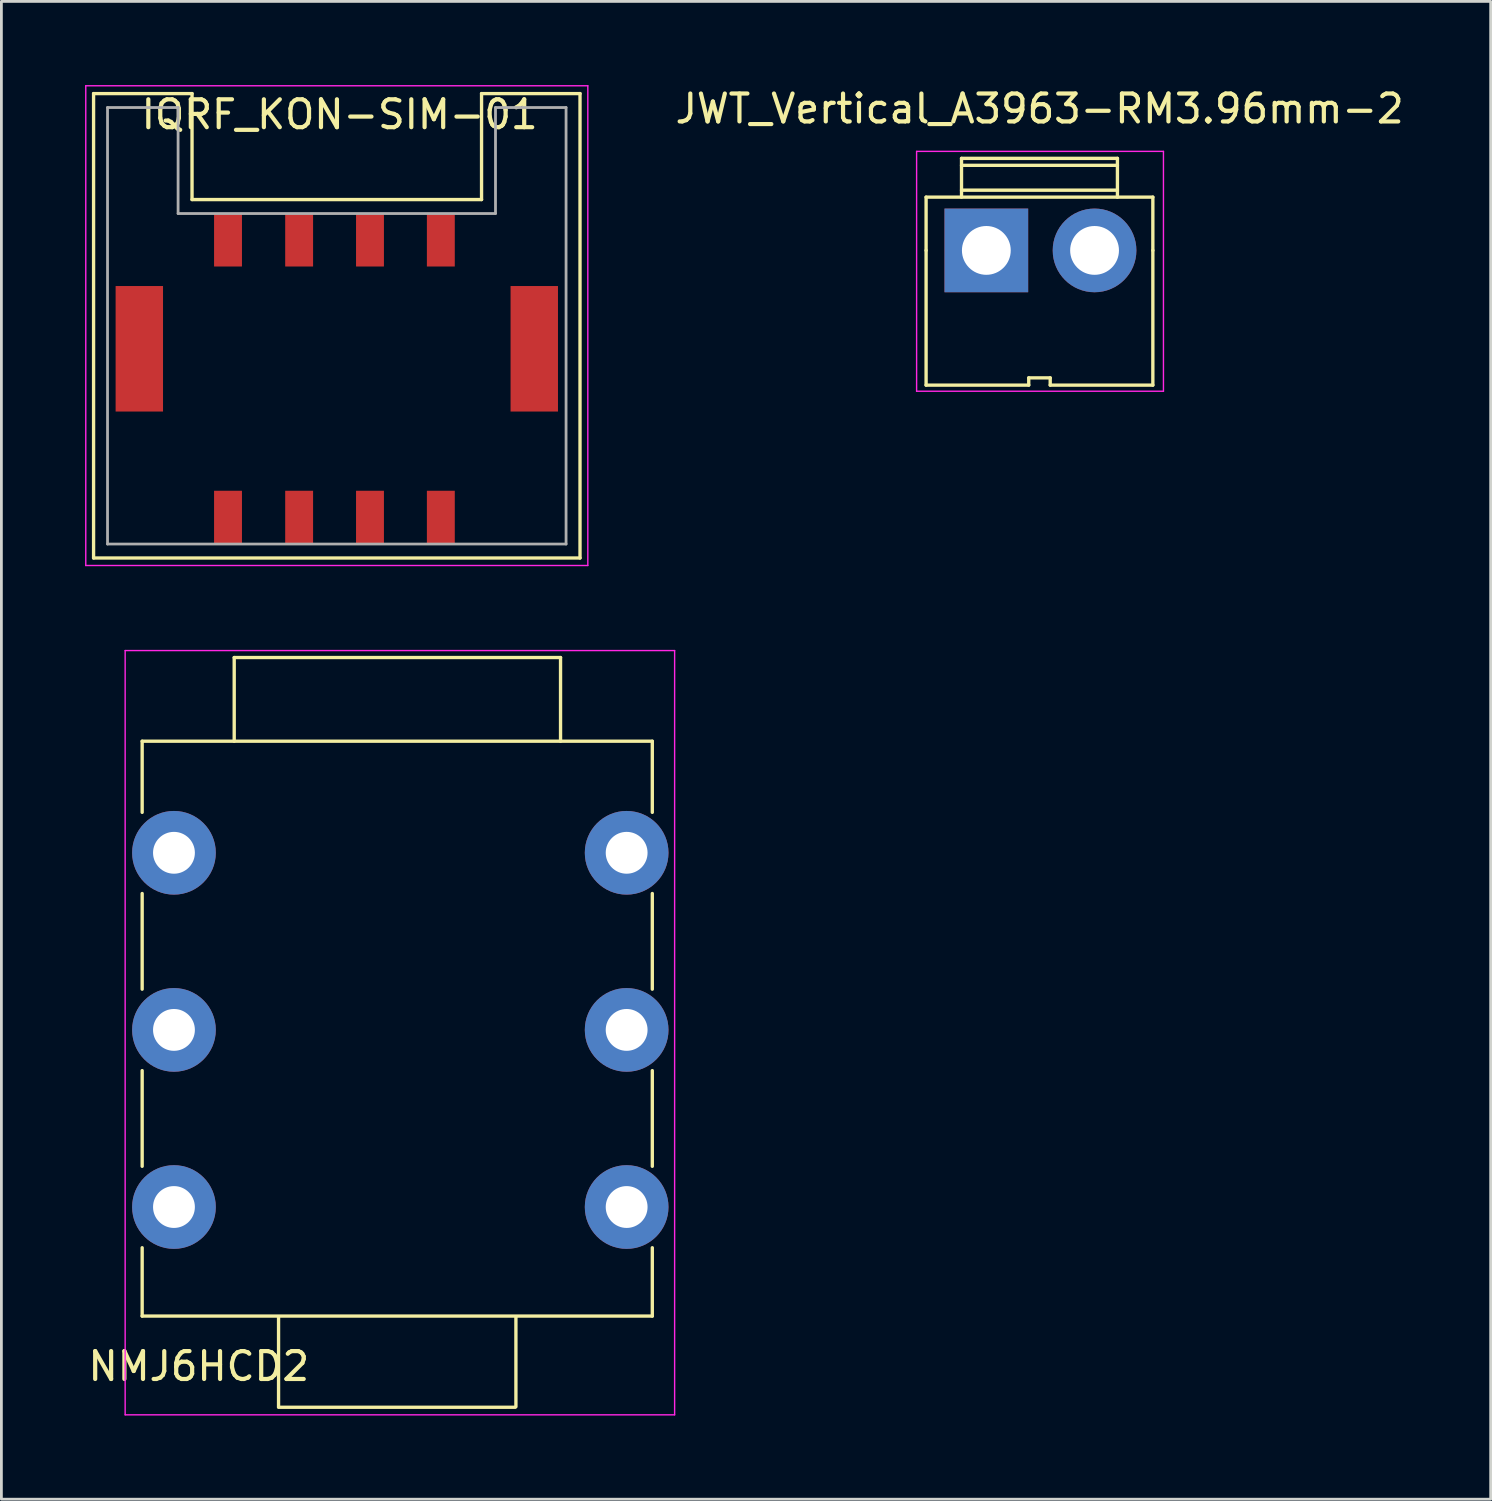
<source format=kicad_pcb>
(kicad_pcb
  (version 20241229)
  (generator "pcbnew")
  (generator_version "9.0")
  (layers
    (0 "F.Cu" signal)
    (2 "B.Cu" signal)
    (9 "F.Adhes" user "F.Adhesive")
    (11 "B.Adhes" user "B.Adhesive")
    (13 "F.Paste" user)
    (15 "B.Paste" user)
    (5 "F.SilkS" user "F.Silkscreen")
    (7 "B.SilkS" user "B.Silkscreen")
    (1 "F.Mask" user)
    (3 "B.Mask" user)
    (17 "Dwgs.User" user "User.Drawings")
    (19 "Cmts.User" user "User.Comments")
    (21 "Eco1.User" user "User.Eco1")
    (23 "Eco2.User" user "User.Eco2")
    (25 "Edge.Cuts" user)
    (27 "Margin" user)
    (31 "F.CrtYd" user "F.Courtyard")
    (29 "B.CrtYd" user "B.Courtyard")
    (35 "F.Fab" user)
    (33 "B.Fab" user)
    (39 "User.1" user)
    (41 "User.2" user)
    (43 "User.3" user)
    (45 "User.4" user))
  (footprint "JWT_Vertical_A3963-RM3.96mm-2"
    (layer "F.Cu")
    (at 32.313 5.928)
    (property "Reference" "JWT_Vertical_A3963-RM3.96mm-2" (at 1.91 -5.08 0) (layer "F.SilkS") (effects (font (size 1 1) (thickness 0.15))))
    (attr through_hole)
    (fp_line (start -2.16 -1.91) (end -2.16 0) (stroke (width 0.12) (type solid)) (layer "F.SilkS"))
    (fp_line (start -2.16 -1.91) (end 5.97 -1.91) (stroke (width 0.12) (type solid)) (layer "F.SilkS"))
    (fp_line (start -2.16 0) (end -2.16 4.83) (stroke (width 0.12) (type solid)) (layer "F.SilkS"))
    (fp_line (start -0.89 -3.3) (end 4.7 -3.3) (stroke (width 0.12) (type solid)) (layer "F.SilkS"))
    (fp_line (start -0.89 -3.05) (end 4.7 -3.05) (stroke (width 0.12) (type solid)) (layer "F.SilkS"))
    (fp_line (start -0.89 -2.16) (end 4.7 -2.16) (stroke (width 0.12) (type solid)) (layer "F.SilkS"))
    (fp_line (start -0.89 -1.91) (end -0.89 -3.3) (stroke (width 0.12) (type solid)) (layer "F.SilkS"))
    (fp_line (start 1.52 4.57) (end 2.29 4.57) (stroke (width 0.12) (type solid)) (layer "F.SilkS"))
    (fp_line (start 1.52 4.83) (end -2.16 4.83) (stroke (width 0.12) (type solid)) (layer "F.SilkS"))
    (fp_line (start 1.52 4.83) (end 1.52 4.57) (stroke (width 0.12) (type solid)) (layer "F.SilkS"))
    (fp_line (start 2.29 4.57) (end 2.29 4.83) (stroke (width 0.12) (type solid)) (layer "F.SilkS"))
    (fp_line (start 2.29 4.83) (end 5.97 4.83) (stroke (width 0.12) (type solid)) (layer "F.SilkS"))
    (fp_line (start 4.7 -1.91) (end 4.7 -3.3) (stroke (width 0.12) (type solid)) (layer "F.SilkS"))
    (fp_line (start 5.97 -1.91) (end 5.97 0) (stroke (width 0.12) (type solid)) (layer "F.SilkS"))
    (fp_line (start 5.97 4.83) (end 5.97 0) (stroke (width 0.12) (type solid)) (layer "F.SilkS"))
    (fp_line (start -2.5 -3.55) (end 6.35 -3.55) (stroke (width 0.05) (type solid)) (layer "F.CrtYd"))
    (fp_line (start -2.5 5.05) (end -2.5 -3.55) (stroke (width 0.05) (type solid)) (layer "F.CrtYd"))
    (fp_line (start 6.35 -3.55) (end 6.35 5.05) (stroke (width 0.05) (type solid)) (layer "F.CrtYd"))
    (fp_line (start 6.35 5.05) (end -2.5 5.05) (stroke (width 0.05) (type solid)) (layer "F.CrtYd"))
    (pad "1" thru_hole rect (at 0 0) (size 3 3) (drill 1.75) (layers "*.Cu" "*.Mask"))
    (pad "2" thru_hole circle (at 3.88 0) (size 3 3) (drill 1.75) (layers "*.Cu" "*.Mask")))
  (footprint "NMJ6HCD2"
    (layer "F.Cu")
    (at 3.187 27.525)
    (property "Reference" "NMJ6HCD2" (at 0.89 18.41 0) (layer "F.SilkS") (effects (font (size 1 1) (thickness 0.15))))
    (attr through_hole)
    (fp_line (start -1.14 -4) (end 17.15 -4) (stroke (width 0.12) (type solid)) (layer "F.SilkS"))
    (fp_line (start -1.14 -1.45) (end -1.14 -4) (stroke (width 0.12) (type solid)) (layer "F.SilkS"))
    (fp_line (start -1.14 4.89) (end -1.14 1.46) (stroke (width 0.12) (type solid)) (layer "F.SilkS"))
    (fp_line (start -1.14 11.24) (end -1.14 7.81) (stroke (width 0.12) (type solid)) (layer "F.SilkS"))
    (fp_line (start -1.14 16.61) (end -1.14 14.16) (stroke (width 0.12) (type solid)) (layer "F.SilkS"))
    (fp_line (start -1.14 16.61) (end 17.15 16.61) (stroke (width 0.12) (type solid)) (layer "F.SilkS"))
    (fp_line (start 2.16 -7) (end 2.16 -4) (stroke (width 0.12) (type solid)) (layer "F.SilkS"))
    (fp_line (start 2.16 -7) (end 13.86 -7) (stroke (width 0.12) (type solid)) (layer "F.SilkS"))
    (fp_line (start 3.75 16.64) (end 3.75 19.86) (stroke (width 0.12) (type solid)) (layer "F.SilkS"))
    (fp_line (start 3.75 19.88) (end 12.23 19.88) (stroke (width 0.12) (type solid)) (layer "F.SilkS"))
    (fp_line (start 12.26 16.64) (end 12.26 19.86) (stroke (width 0.12) (type solid)) (layer "F.SilkS"))
    (fp_line (start 13.86 -7) (end 13.86 -4) (stroke (width 0.12) (type solid)) (layer "F.SilkS"))
    (fp_line (start 17.15 -4) (end 17.15 -1.45) (stroke (width 0.12) (type solid)) (layer "F.SilkS"))
    (fp_line (start 17.15 1.46) (end 17.15 4.89) (stroke (width 0.12) (type solid)) (layer "F.SilkS"))
    (fp_line (start 17.15 7.81) (end 17.15 11.24) (stroke (width 0.12) (type solid)) (layer "F.SilkS"))
    (fp_line (start 17.15 16.61) (end 17.15 14.16) (stroke (width 0.12) (type solid)) (layer "F.SilkS"))
    (fp_line (start -1.75 -7.25) (end -1.75 20.15) (stroke (width 0.05) (type solid)) (layer "F.CrtYd"))
    (fp_line (start -1.75 -7.25) (end 17.95 -7.25) (stroke (width 0.05) (type solid)) (layer "F.CrtYd"))
    (fp_line (start -1.75 20.15) (end 17.95 20.15) (stroke (width 0.05) (type solid)) (layer "F.CrtYd"))
    (fp_line (start 17.95 20.15) (end 17.95 -7.25) (stroke (width 0.05) (type solid)) (layer "F.CrtYd"))
    (pad "1" thru_hole circle (at 0 0) (size 3 3) (drill 1.5) (layers "*.Cu" "*.Mask"))
    (pad "2" thru_hole circle (at 0 12.7) (size 3 3) (drill 1.5) (layers "*.Cu" "*.Mask"))
    (pad "3" thru_hole circle (at 0 6.35) (size 3 3) (drill 1.5) (layers "*.Cu" "*.Mask"))
    (pad "4" thru_hole circle (at 16.23 0) (size 3 3) (drill 1.5) (layers "*.Cu" "*.Mask"))
    (pad "5" thru_hole circle (at 16.23 12.7) (size 3 3) (drill 1.5) (layers "*.Cu" "*.Mask"))
    (pad "6" thru_hole circle (at 16.23 6.35) (size 3 3) (drill 1.5) (layers "*.Cu" "*.Mask")))
  (footprint "IQRF_KON-SIM-01"
    (layer "F.Cu")
    (at 9.025 10.525)
    (property "Reference" "IQRF_KON-SIM-01" (at 0.1 -9.47 0) (layer "F.SilkS") (effects (font (size 1 1) (thickness 0.15))))
    (attr smd)
    (fp_line (start -8.72 -10.22) (end -5.19 -10.22) (stroke (width 0.12) (type solid)) (layer "F.SilkS"))
    (fp_line (start -8.72 6.43) (end -8.72 -10.22) (stroke (width 0.12) (type solid)) (layer "F.SilkS"))
    (fp_line (start -8.72 6.43) (end 8.72 6.43) (stroke (width 0.12) (type solid)) (layer "F.SilkS"))
    (fp_line (start -5.19 -10.22) (end -5.19 -6.42) (stroke (width 0.12) (type solid)) (layer "F.SilkS"))
    (fp_line (start -5.19 -6.42) (end 5.19 -6.42) (stroke (width 0.12) (type solid)) (layer "F.SilkS"))
    (fp_line (start 5.19 -10.22) (end 8.72 -10.22) (stroke (width 0.12) (type solid)) (layer "F.SilkS"))
    (fp_line (start 5.19 -6.42) (end 5.19 -10.22) (stroke (width 0.12) (type solid)) (layer "F.SilkS"))
    (fp_line (start 8.72 6.43) (end 8.72 -10.22) (stroke (width 0.12) (type solid)) (layer "F.SilkS"))
    (fp_line (start -9 -10.5) (end 9 -10.5) (stroke (width 0.05) (type solid)) (layer "F.CrtYd"))
    (fp_line (start -9 6.7) (end -9 -10.5) (stroke (width 0.05) (type solid)) (layer "F.CrtYd"))
    (fp_line (start -9 6.7) (end 9 6.7) (stroke (width 0.05) (type solid)) (layer "F.CrtYd"))
    (fp_line (start 9 6.7) (end 9 -10.5) (stroke (width 0.05) (type solid)) (layer "F.CrtYd"))
    (fp_line (start -8.22 -9.72) (end -8.22 5.93) (stroke (width 0.1) (type solid)) (layer "F.Fab"))
    (fp_line (start -8.22 -9.72) (end -5.69 -9.72) (stroke (width 0.1) (type solid)) (layer "F.Fab"))
    (fp_line (start -8.22 5.93) (end 8.22 5.93) (stroke (width 0.1) (type solid)) (layer "F.Fab"))
    (fp_line (start -5.69 -9.72) (end -5.69 -5.92) (stroke (width 0.1) (type solid)) (layer "F.Fab"))
    (fp_line (start -5.69 -5.92) (end 5.69 -5.92) (stroke (width 0.1) (type solid)) (layer "F.Fab"))
    (fp_line (start 5.69 -9.72) (end 5.69 -5.92) (stroke (width 0.1) (type solid)) (layer "F.Fab"))
    (fp_line (start 5.69 -9.72) (end 8.22 -9.72) (stroke (width 0.1) (type solid)) (layer "F.Fab"))
    (fp_line (start 8.22 5.93) (end 8.22 -9.72) (stroke (width 0.1) (type solid)) (layer "F.Fab"))
    (pad "1" smd rect (at -3.9 -4.97) (size 1 1.9) (layers "F.Cu" "F.Mask" "F.Paste"))
    (pad "2" smd rect (at -1.35 -4.97) (size 1 1.9) (layers "F.Cu" "F.Mask" "F.Paste"))
    (pad "3" smd rect (at 1.19 -4.97) (size 1 1.9) (layers "F.Cu" "F.Mask" "F.Paste"))
    (pad "4" smd rect (at 3.73 -4.97) (size 1 1.9) (layers "F.Cu" "F.Mask" "F.Paste"))
    (pad "5" smd rect (at -3.9 4.97) (size 1 1.9) (layers "F.Cu" "F.Mask" "F.Paste"))
    (pad "6" smd rect (at -1.35 4.97) (size 1 1.9) (layers "F.Cu" "F.Mask" "F.Paste"))
    (pad "7" smd rect (at 1.19 4.97) (size 1 1.9) (layers "F.Cu" "F.Mask" "F.Paste"))
    (pad "8" smd rect (at 3.73 4.97) (size 1 1.9) (layers "F.Cu" "F.Mask" "F.Paste"))
    (pad "9" smd rect (at -7.08 -1.07) (size 1.7 4.5) (layers "F.Cu" "F.Mask" "F.Paste"))
    (pad "9" smd rect (at 7.08 -1.07) (size 1.7 4.5) (layers "F.Cu" "F.Mask" "F.Paste")))
  (gr_rect
    (start -3 -3)
    (end 50.395 50.7)
    (stroke (width 0.1) (type default))
    (fill no)
    (layer "Edge.Cuts")))
</source>
